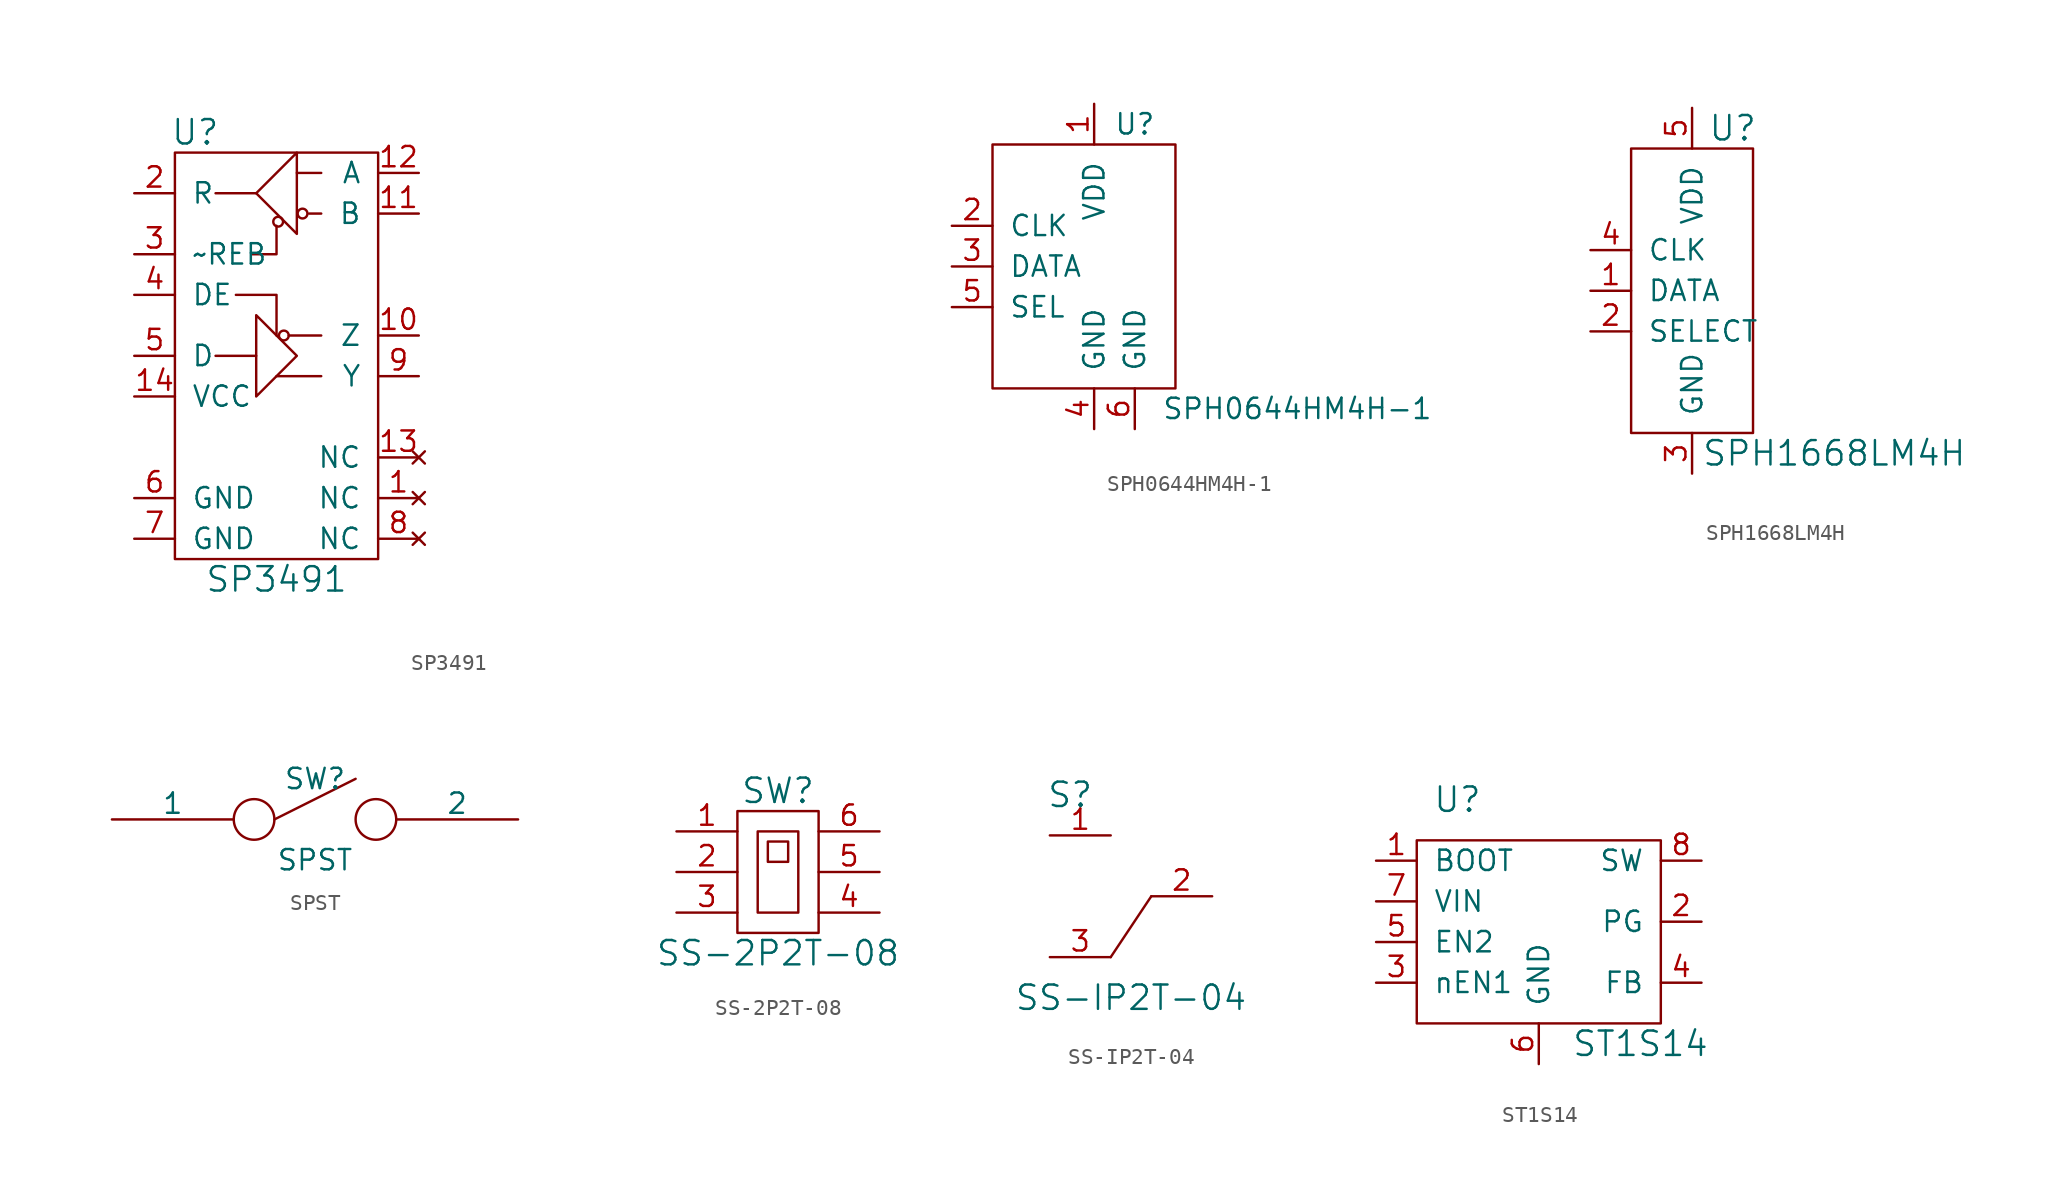
<source format=kicad_sym>
(kicad_symbol_lib
  (version 20210619)
  (generator kicad_symbol_editor)
  (symbol "tinkerforge:SP3491"
    (pin_names
      (offset 1.016))
    (property "Reference" "U"
      (at -5.08 13.97 0)
      (effects (font (size 1.524 1.524))))
    (property "Value" "SP3491"
      (at 0 -13.97 0)
      (effects (font (size 1.524 1.524))))
    (property "Footprint" ""
      (at 30.48 -2.54 0)
      (effects (font (size 1.524 1.524))))
    (property "Datasheet" ""
      (at 30.48 -2.54 0)
      (effects (font (size 1.524 1.524))))
    (symbol "SP3491_0_1"
      (circle (center 0.102 8.382) (radius 0.305) (stroke (width 0)) (fill (type none)))
      (circle (center 0.457 1.27) (radius 0.305) (stroke (width 0)) (fill (type none)))
      (circle (center 1.626 8.89) (radius 0.305) (stroke (width 0)) (fill (type none)))
      (rectangle (start -6.35 12.7) (end 6.35 -12.7) (stroke (width 0)) (fill (type none)))
      (polyline (pts (xy -3.81 0) (xy -1.27 0)) (stroke (width 0)) (fill (type none)))
      (polyline (pts (xy -1.27 10.16) (xy -3.81 10.16)) (stroke (width 0)) (fill (type none)))
      (polyline (pts (xy 1.27 11.43) (xy 2.794 11.43)) (stroke (width 0)) (fill (type none)))
      (polyline (pts (xy 2.032 8.89) (xy 2.794 8.89)) (stroke (width 0)) (fill (type none)))
      (polyline (pts (xy 2.794 -1.27) (xy 0 -1.27)) (stroke (width 0)) (fill (type none)))
      (polyline (pts (xy 2.794 1.27) (xy 0.762 1.27)) (stroke (width 0)) (fill (type none)))
      (polyline (pts (xy -2.54 3.81) (xy 0 3.81) (xy 0 1.27)) (stroke (width 0)) (fill (type none)))
      (polyline (pts (xy 0 8.128) (xy 0 6.35) (xy -1.524 6.35)) (stroke (width 0)) (fill (type none)))
      (polyline (pts (xy -1.27 10.16) (xy 1.27 12.7) (xy 1.27 7.62) (xy -1.27 10.16)) (stroke (width 0)) (fill (type none)))
      (polyline (pts (xy 1.27 0) (xy -1.27 -2.54) (xy -1.27 2.54) (xy 1.27 0)) (stroke (width 0)) (fill (type none))))
    (symbol "SP3491_1_1"
      (pin no_connect line (at 8.89 -8.89 180) (length 2.54) (name "NC" (effects (font (size 1.27 1.27)))) (number "1" (effects (font (size 1.27 1.27)))))
      (pin passive line (at 8.89 1.27 180) (length 2.54) (name "Z" (effects (font (size 1.27 1.27)))) (number "10" (effects (font (size 1.27 1.27)))))
      (pin passive line (at 8.89 8.89 180) (length 2.54) (name "B" (effects (font (size 1.27 1.27)))) (number "11" (effects (font (size 1.27 1.27)))))
      (pin passive line (at 8.89 11.43 180) (length 2.54) (name "A" (effects (font (size 1.27 1.27)))) (number "12" (effects (font (size 1.27 1.27)))))
      (pin no_connect line (at 8.89 -6.35 180) (length 2.54) (name "NC" (effects (font (size 1.27 1.27)))) (number "13" (effects (font (size 1.27 1.27)))))
      (pin passive line (at -8.89 -2.54 0) (length 2.54) (name "VCC" (effects (font (size 1.27 1.27)))) (number "14" (effects (font (size 1.27 1.27)))))
      (pin passive line (at -8.89 10.16 0) (length 2.54) (name "R" (effects (font (size 1.27 1.27)))) (number "2" (effects (font (size 1.27 1.27)))))
      (pin passive line (at -8.89 6.35 0) (length 2.54) (name "~REB" (effects (font (size 1.27 1.27)))) (number "3" (effects (font (size 1.27 1.27)))))
      (pin passive line (at -8.89 3.81 0) (length 2.54) (name "DE" (effects (font (size 1.27 1.27)))) (number "4" (effects (font (size 1.27 1.27)))))
      (pin passive line (at -8.89 0 0) (length 2.54) (name "D" (effects (font (size 1.27 1.27)))) (number "5" (effects (font (size 1.27 1.27)))))
      (pin passive line (at -8.89 -8.89 0) (length 2.54) (name "GND" (effects (font (size 1.27 1.27)))) (number "6" (effects (font (size 1.27 1.27)))))
      (pin passive line (at -8.89 -11.43 0) (length 2.54) (name "GND" (effects (font (size 1.27 1.27)))) (number "7" (effects (font (size 1.27 1.27)))))
      (pin no_connect line (at 8.89 -11.43 180) (length 2.54) (name "NC" (effects (font (size 1.27 1.27)))) (number "8" (effects (font (size 1.27 1.27)))))
      (pin passive line (at 8.89 -1.27 180) (length 2.54) (name "Y" (effects (font (size 1.27 1.27)))) (number "9" (effects (font (size 1.27 1.27)))))))
  (symbol "tinkerforge:SPH0644HM4H-1"
    (pin_names
      (offset 1.016))
    (property "Reference" "U"
      (at 1.27 8.89 0)
      (effects (font (size 1.27 1.27))))
    (property "Value" "SPH0644HM4H-1"
      (at 11.43 -8.89 0)
      (effects (font (size 1.27 1.27))))
    (symbol "SPH0644HM4H-1_0_1"
      (rectangle (start -7.62 7.62) (end 3.81 -7.62) (stroke (width 0)) (fill (type none))))
    (symbol "SPH0644HM4H-1_1_1"
      (pin passive line (at -1.27 10.16 270) (length 2.54) (name "VDD" (effects (font (size 1.27 1.27)))) (number "1" (effects (font (size 1.27 1.27)))))
      (pin passive line (at -10.16 2.54 0) (length 2.54) (name "CLK" (effects (font (size 1.27 1.27)))) (number "2" (effects (font (size 1.27 1.27)))))
      (pin passive line (at -10.16 0 0) (length 2.54) (name "DATA" (effects (font (size 1.27 1.27)))) (number "3" (effects (font (size 1.27 1.27)))))
      (pin passive line (at -1.27 -10.16 90) (length 2.54) (name "GND" (effects (font (size 1.27 1.27)))) (number "4" (effects (font (size 1.27 1.27)))))
      (pin passive line (at -10.16 -2.54 0) (length 2.54) (name "SEL" (effects (font (size 1.27 1.27)))) (number "5" (effects (font (size 1.27 1.27)))))
      (pin passive line (at 1.27 -10.16 90) (length 2.54) (name "GND" (effects (font (size 1.27 1.27)))) (number "6" (effects (font (size 1.27 1.27)))))))
  (symbol "tinkerforge:SPH1668LM4H"
    (pin_names
      (offset 1.016))
    (property "Reference" "U"
      (at 2.54 10.16 0)
      (effects (font (size 1.524 1.524))))
    (property "Value" "SPH1668LM4H"
      (at 8.89 -10.16 0)
      (effects (font (size 1.524 1.524))))
    (property "Footprint" ""
      (at 0 -1.27 0)
      (effects (font (size 1.524 1.524))))
    (property "Datasheet" ""
      (at 0 -1.27 0)
      (effects (font (size 1.524 1.524))))
    (symbol "SPH1668LM4H_0_1"
      (rectangle (start -3.81 8.89) (end 3.81 -8.89) (stroke (width 0)) (fill (type none))))
    (symbol "SPH1668LM4H_1_1"
      (pin passive line (at -6.35 0 0) (length 2.54) (name "DATA" (effects (font (size 1.27 1.27)))) (number "1" (effects (font (size 1.27 1.27)))))
      (pin passive line (at -6.35 -2.54 0) (length 2.54) (name "SELECT" (effects (font (size 1.27 1.27)))) (number "2" (effects (font (size 1.27 1.27)))))
      (pin passive line (at 0 -11.43 90) (length 2.54) (name "GND" (effects (font (size 1.27 1.27)))) (number "3" (effects (font (size 1.27 1.27)))))
      (pin passive line (at -6.35 2.54 0) (length 2.54) (name "CLK" (effects (font (size 1.27 1.27)))) (number "4" (effects (font (size 1.27 1.27)))))
      (pin passive line (at 0 11.43 270) (length 2.54) (name "VDD" (effects (font (size 1.27 1.27)))) (number "5" (effects (font (size 1.27 1.27)))))))
  (symbol "tinkerforge:SPST"
    (pin_numbers hide)
    (pin_names
      (offset 0))
    (property "Reference" "SW"
      (at 0 2.54 0)
      (effects (font (size 1.27 1.27))))
    (property "Value" "SPST"
      (at 0 -2.54 0)
      (effects (font (size 1.27 1.27))))
    (property "Footprint" ""
      (at 0 0 0)
      (effects (font (size 1.27 1.27))))
    (property "Datasheet" ""
      (at 0 0 0)
      (effects (font (size 1.27 1.27))))
    (symbol "SPST_0_0"
      (circle (center -3.81 0) (radius 1.27) (stroke (width 0)) (fill (type none)))
      (circle (center 3.81 0) (radius 1.27) (stroke (width 0)) (fill (type none)))
      (polyline (pts (xy -2.54 0) (xy 2.54 2.54)) (stroke (width 0)) (fill (type none))))
    (symbol "SPST_1_1"
      (pin input line (at -12.7 0 0) (length 7.62) (name "1" (effects (font (size 1.27 1.27)))) (number "1" (effects (font (size 1.27 1.27)))))
      (pin input line (at 12.7 0 180) (length 7.62) (name "2" (effects (font (size 1.27 1.27)))) (number "2" (effects (font (size 1.27 1.27)))))))
  (symbol "tinkerforge:SS-2P2T-08"
    (pin_names
      (offset 1.016))
    (property "Reference" "SW"
      (at 0 5.08 0)
      (effects (font (size 1.524 1.524))))
    (property "Value" "SS-2P2T-08"
      (at 0 -5.08 0)
      (effects (font (size 1.524 1.524))))
    (property "Footprint" ""
      (at 0 0 0)
      (effects (font (size 1.524 1.524))))
    (property "Datasheet" ""
      (at 0 0 0)
      (effects (font (size 1.524 1.524))))
    (symbol "SS-2P2T-08_0_1"
      (rectangle (start -2.54 3.81) (end 2.54 -3.81) (stroke (width 0)) (fill (type none)))
      (rectangle (start -1.27 2.54) (end 1.27 -2.54) (stroke (width 0)) (fill (type none)))
      (rectangle (start -0.635 1.905) (end 0.635 0.635) (stroke (width 0)) (fill (type none))))
    (symbol "SS-2P2T-08_1_1"
      (pin passive line (at -6.35 2.54 0) (length 3.81) (name "~" (effects (font (size 1.27 1.27)))) (number "1" (effects (font (size 1.27 1.27)))))
      (pin passive line (at -6.35 0 0) (length 3.81) (name "~" (effects (font (size 1.27 1.27)))) (number "2" (effects (font (size 1.27 1.27)))))
      (pin passive line (at -6.35 -2.54 0) (length 3.81) (name "~" (effects (font (size 1.27 1.27)))) (number "3" (effects (font (size 1.27 1.27)))))
      (pin passive line (at 6.35 -2.54 180) (length 3.81) (name "~" (effects (font (size 1.27 1.27)))) (number "4" (effects (font (size 1.27 1.27)))))
      (pin passive line (at 6.35 0 180) (length 3.81) (name "~" (effects (font (size 1.27 1.27)))) (number "5" (effects (font (size 1.27 1.27)))))
      (pin passive line (at 6.35 2.54 180) (length 3.81) (name "~" (effects (font (size 1.27 1.27)))) (number "6" (effects (font (size 1.27 1.27)))))))
  (symbol "tinkerforge:SS-IP2T-04"
    (pin_names
      (offset 1.016))
    (property "Reference" "S"
      (at -10.16 2.54 0)
      (effects (font (size 1.524 1.524))))
    (property "Value" "SS-IP2T-04"
      (at -6.35 -10.16 0)
      (effects (font (size 1.524 1.524))))
    (property "Footprint" ""
      (at 0 0 0)
      (effects (font (size 1.524 1.524))))
    (property "Datasheet" ""
      (at 0 0 0)
      (effects (font (size 1.524 1.524))))
    (symbol "SS-IP2T-04_0_1"
      (polyline (pts (xy -5.08 -3.81) (xy -7.62 -7.62) (xy -7.62 -7.62) (xy -7.62 -7.62)) (stroke (width 0)) (fill (type none))))
    (symbol "SS-IP2T-04_1_1"
      (pin passive line (at -11.43 0 0) (length 3.81) (name "~" (effects (font (size 1.27 1.27)))) (number "1" (effects (font (size 1.27 1.27)))))
      (pin passive line (at -1.27 -3.81 180) (length 3.81) (name "~" (effects (font (size 1.27 1.27)))) (number "2" (effects (font (size 1.27 1.27)))))
      (pin passive line (at -11.43 -7.62 0) (length 3.81) (name "~" (effects (font (size 1.27 1.27)))) (number "3" (effects (font (size 1.27 1.27)))))))
  (symbol "tinkerforge:ST1S14"
    (pin_names
      (offset 1.016))
    (property "Reference" "U"
      (at -5.08 7.62 0)
      (effects (font (size 1.524 1.524))))
    (property "Value" "ST1S14"
      (at 6.35 -7.62 0)
      (effects (font (size 1.524 1.524))))
    (property "Footprint" ""
      (at 0 0 0)
      (effects (font (size 1.524 1.524))))
    (property "Datasheet" ""
      (at 0 0 0)
      (effects (font (size 1.524 1.524))))
    (symbol "ST1S14_0_1"
      (rectangle (start -7.62 5.08) (end 7.62 -6.35) (stroke (width 0)) (fill (type none))))
    (symbol "ST1S14_1_1"
      (pin passive line (at -10.16 3.81 0) (length 2.54) (name "BOOT" (effects (font (size 1.27 1.27)))) (number "1" (effects (font (size 1.27 1.27)))))
      (pin passive line (at 10.16 0 180) (length 2.54) (name "PG" (effects (font (size 1.27 1.27)))) (number "2" (effects (font (size 1.27 1.27)))))
      (pin passive line (at -10.16 -3.81 0) (length 2.54) (name "nEN1" (effects (font (size 1.27 1.27)))) (number "3" (effects (font (size 1.27 1.27)))))
      (pin passive line (at 10.16 -3.81 180) (length 2.54) (name "FB" (effects (font (size 1.27 1.27)))) (number "4" (effects (font (size 1.27 1.27)))))
      (pin passive line (at -10.16 -1.27 0) (length 2.54) (name "EN2" (effects (font (size 1.27 1.27)))) (number "5" (effects (font (size 1.27 1.27)))))
      (pin passive line (at 0 -8.89 90) (length 2.54) (name "GND" (effects (font (size 1.27 1.27)))) (number "6" (effects (font (size 1.27 1.27)))))
      (pin passive line (at -10.16 1.27 0) (length 2.54) (name "VIN" (effects (font (size 1.27 1.27)))) (number "7" (effects (font (size 1.27 1.27)))))
      (pin passive line (at 10.16 3.81 180) (length 2.54) (name "SW" (effects (font (size 1.27 1.27)))) (number "8" (effects (font (size 1.27 1.27))))))))
</source>
